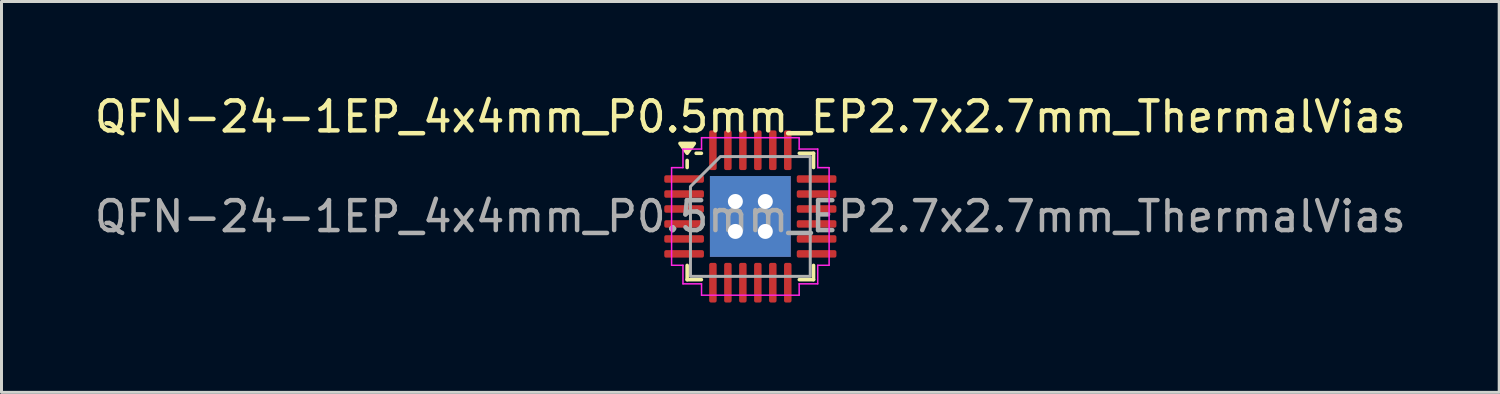
<source format=kicad_pcb>
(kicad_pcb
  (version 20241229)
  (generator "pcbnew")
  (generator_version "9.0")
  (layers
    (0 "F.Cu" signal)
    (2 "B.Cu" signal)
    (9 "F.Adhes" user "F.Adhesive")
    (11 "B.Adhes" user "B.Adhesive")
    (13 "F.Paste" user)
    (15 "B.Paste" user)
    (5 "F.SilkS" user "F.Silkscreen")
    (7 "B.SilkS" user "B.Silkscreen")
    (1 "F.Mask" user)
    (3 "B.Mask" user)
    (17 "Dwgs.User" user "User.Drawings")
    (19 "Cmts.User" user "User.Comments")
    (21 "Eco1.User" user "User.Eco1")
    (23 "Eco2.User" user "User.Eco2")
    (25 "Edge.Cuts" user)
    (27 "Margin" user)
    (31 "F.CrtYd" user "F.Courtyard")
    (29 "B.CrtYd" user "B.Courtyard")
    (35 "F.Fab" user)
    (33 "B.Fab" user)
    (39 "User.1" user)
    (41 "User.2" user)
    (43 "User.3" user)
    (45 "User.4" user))
  (footprint "QFN-24-1EP_4x4mm_P0.5mm_EP2.7x2.7mm_ThermalVias"
    (layer "F.Cu")
    (at 22.006 4.178)
    (property "Reference" "QFN-24-1EP_4x4mm_P0.5mm_EP2.7x2.7mm_ThermalVias" (at 0 -3.33 0) (layer "F.SilkS") (effects (font (size 1 1) (thickness 0.15))))
    (attr smd)
    (fp_line (start -2.11 -1.635) (end -2.11 -1.87) (stroke (width 0.12) (type solid)) (layer "F.SilkS"))
    (fp_line (start -2.11 2.11) (end -2.11 1.635) (stroke (width 0.12) (type solid)) (layer "F.SilkS"))
    (fp_line (start -1.635 -2.11) (end -1.81 -2.11) (stroke (width 0.12) (type solid)) (layer "F.SilkS"))
    (fp_line (start -1.635 2.11) (end -2.11 2.11) (stroke (width 0.12) (type solid)) (layer "F.SilkS"))
    (fp_line (start 1.635 -2.11) (end 2.11 -2.11) (stroke (width 0.12) (type solid)) (layer "F.SilkS"))
    (fp_line (start 1.635 2.11) (end 2.11 2.11) (stroke (width 0.12) (type solid)) (layer "F.SilkS"))
    (fp_line (start 2.11 -2.11) (end 2.11 -1.635) (stroke (width 0.12) (type solid)) (layer "F.SilkS"))
    (fp_line (start 2.11 2.11) (end 2.11 1.635) (stroke (width 0.12) (type solid)) (layer "F.SilkS"))
    (fp_poly (pts (xy -2.11 -2.11) (xy -2.35 -2.44) (xy -1.87 -2.44)) (stroke (width 0.12) (type solid)) (fill yes) (layer "F.SilkS"))
    (fp_line (start -2.63 -1.63) (end -2.25 -1.63) (stroke (width 0.05) (type solid)) (layer "F.CrtYd"))
    (fp_line (start -2.63 1.63) (end -2.63 -1.63) (stroke (width 0.05) (type solid)) (layer "F.CrtYd"))
    (fp_line (start -2.25 -2.25) (end -1.63 -2.25) (stroke (width 0.05) (type solid)) (layer "F.CrtYd"))
    (fp_line (start -2.25 -1.63) (end -2.25 -2.25) (stroke (width 0.05) (type solid)) (layer "F.CrtYd"))
    (fp_line (start -2.25 1.63) (end -2.63 1.63) (stroke (width 0.05) (type solid)) (layer "F.CrtYd"))
    (fp_line (start -2.25 2.25) (end -2.25 1.63) (stroke (width 0.05) (type solid)) (layer "F.CrtYd"))
    (fp_line (start -1.63 -2.63) (end 1.63 -2.63) (stroke (width 0.05) (type solid)) (layer "F.CrtYd"))
    (fp_line (start -1.63 -2.25) (end -1.63 -2.63) (stroke (width 0.05) (type solid)) (layer "F.CrtYd"))
    (fp_line (start -1.63 2.25) (end -2.25 2.25) (stroke (width 0.05) (type solid)) (layer "F.CrtYd"))
    (fp_line (start -1.63 2.63) (end -1.63 2.25) (stroke (width 0.05) (type solid)) (layer "F.CrtYd"))
    (fp_line (start 1.63 -2.63) (end 1.63 -2.25) (stroke (width 0.05) (type solid)) (layer "F.CrtYd"))
    (fp_line (start 1.63 -2.25) (end 2.25 -2.25) (stroke (width 0.05) (type solid)) (layer "F.CrtYd"))
    (fp_line (start 1.63 2.25) (end 1.63 2.63) (stroke (width 0.05) (type solid)) (layer "F.CrtYd"))
    (fp_line (start 1.63 2.63) (end -1.63 2.63) (stroke (width 0.05) (type solid)) (layer "F.CrtYd"))
    (fp_line (start 2.25 -2.25) (end 2.25 -1.63) (stroke (width 0.05) (type solid)) (layer "F.CrtYd"))
    (fp_line (start 2.25 -1.63) (end 2.63 -1.63) (stroke (width 0.05) (type solid)) (layer "F.CrtYd"))
    (fp_line (start 2.25 1.63) (end 2.25 2.25) (stroke (width 0.05) (type solid)) (layer "F.CrtYd"))
    (fp_line (start 2.25 2.25) (end 1.63 2.25) (stroke (width 0.05) (type solid)) (layer "F.CrtYd"))
    (fp_line (start 2.63 -1.63) (end 2.63 1.63) (stroke (width 0.05) (type solid)) (layer "F.CrtYd"))
    (fp_line (start 2.63 1.63) (end 2.25 1.63) (stroke (width 0.05) (type solid)) (layer "F.CrtYd"))
    (fp_poly (pts (xy -2 -1) (xy -2 2) (xy 2 2) (xy 2 -2) (xy -1 -2)) (stroke (width 0.1) (type solid)) (fill no) (layer "F.Fab"))
    (fp_text user "${REFERENCE}" (at 0 0 0) (layer "F.Fab") (effects (font (size 1 1) (thickness 0.15))))
    (pad "" smd roundrect (at -0.675 -0.675) (size 1.17 1.17) (layers "F.Paste") (roundrect_rratio 0.214))
    (pad "" smd roundrect (at -0.675 0.675) (size 1.17 1.17) (layers "F.Paste") (roundrect_rratio 0.214))
    (pad "" smd roundrect (at 0.675 -0.675) (size 1.17 1.17) (layers "F.Paste") (roundrect_rratio 0.214))
    (pad "" smd roundrect (at 0.675 0.675) (size 1.17 1.17) (layers "F.Paste") (roundrect_rratio 0.214))
    (pad "1" smd roundrect (at -2.212 -1.25) (size 1.325 0.25) (layers "F.Cu" "F.Mask" "F.Paste") (roundrect_rratio 0.25))
    (pad "2" smd roundrect (at -2.212 -0.75) (size 1.325 0.25) (layers "F.Cu" "F.Mask" "F.Paste") (roundrect_rratio 0.25))
    (pad "3" smd roundrect (at -2.212 -0.25) (size 1.325 0.25) (layers "F.Cu" "F.Mask" "F.Paste") (roundrect_rratio 0.25))
    (pad "4" smd roundrect (at -2.212 0.25) (size 1.325 0.25) (layers "F.Cu" "F.Mask" "F.Paste") (roundrect_rratio 0.25))
    (pad "5" smd roundrect (at -2.212 0.75) (size 1.325 0.25) (layers "F.Cu" "F.Mask" "F.Paste") (roundrect_rratio 0.25))
    (pad "6" smd roundrect (at -2.212 1.25) (size 1.325 0.25) (layers "F.Cu" "F.Mask" "F.Paste") (roundrect_rratio 0.25))
    (pad "7" smd roundrect (at -1.25 2.212) (size 0.25 1.325) (layers "F.Cu" "F.Mask" "F.Paste") (roundrect_rratio 0.25))
    (pad "8" smd roundrect (at -0.75 2.212) (size 0.25 1.325) (layers "F.Cu" "F.Mask" "F.Paste") (roundrect_rratio 0.25))
    (pad "9" smd roundrect (at -0.25 2.212) (size 0.25 1.325) (layers "F.Cu" "F.Mask" "F.Paste") (roundrect_rratio 0.25))
    (pad "10" smd roundrect (at 0.25 2.212) (size 0.25 1.325) (layers "F.Cu" "F.Mask" "F.Paste") (roundrect_rratio 0.25))
    (pad "11" smd roundrect (at 0.75 2.212) (size 0.25 1.325) (layers "F.Cu" "F.Mask" "F.Paste") (roundrect_rratio 0.25))
    (pad "12" smd roundrect (at 1.25 2.212) (size 0.25 1.325) (layers "F.Cu" "F.Mask" "F.Paste") (roundrect_rratio 0.25))
    (pad "13" smd roundrect (at 2.212 1.25) (size 1.325 0.25) (layers "F.Cu" "F.Mask" "F.Paste") (roundrect_rratio 0.25))
    (pad "14" smd roundrect (at 2.212 0.75) (size 1.325 0.25) (layers "F.Cu" "F.Mask" "F.Paste") (roundrect_rratio 0.25))
    (pad "15" smd roundrect (at 2.212 0.25) (size 1.325 0.25) (layers "F.Cu" "F.Mask" "F.Paste") (roundrect_rratio 0.25))
    (pad "16" smd roundrect (at 2.212 -0.25) (size 1.325 0.25) (layers "F.Cu" "F.Mask" "F.Paste") (roundrect_rratio 0.25))
    (pad "17" smd roundrect (at 2.212 -0.75) (size 1.325 0.25) (layers "F.Cu" "F.Mask" "F.Paste") (roundrect_rratio 0.25))
    (pad "18" smd roundrect (at 2.212 -1.25) (size 1.325 0.25) (layers "F.Cu" "F.Mask" "F.Paste") (roundrect_rratio 0.25))
    (pad "19" smd roundrect (at 1.25 -2.212) (size 0.25 1.325) (layers "F.Cu" "F.Mask" "F.Paste") (roundrect_rratio 0.25))
    (pad "20" smd roundrect (at 0.75 -2.212) (size 0.25 1.325) (layers "F.Cu" "F.Mask" "F.Paste") (roundrect_rratio 0.25))
    (pad "21" smd roundrect (at 0.25 -2.212) (size 0.25 1.325) (layers "F.Cu" "F.Mask" "F.Paste") (roundrect_rratio 0.25))
    (pad "22" smd roundrect (at -0.25 -2.212) (size 0.25 1.325) (layers "F.Cu" "F.Mask" "F.Paste") (roundrect_rratio 0.25))
    (pad "23" smd roundrect (at -0.75 -2.212) (size 0.25 1.325) (layers "F.Cu" "F.Mask" "F.Paste") (roundrect_rratio 0.25))
    (pad "24" smd roundrect (at -1.25 -2.212) (size 0.25 1.325) (layers "F.Cu" "F.Mask" "F.Paste") (roundrect_rratio 0.25))
    (pad "25" thru_hole circle (at -0.5 -0.5) (size 0.8 0.8) (drill 0.5) (property pad_prop_heatsink) (layers "*.Cu"))
    (pad "25" thru_hole circle (at -0.5 0.5) (size 0.8 0.8) (drill 0.5) (property pad_prop_heatsink) (layers "*.Cu"))
    (pad "25" smd rect (at 0 0) (size 2.7 2.7) (property pad_prop_heatsink) (layers "F.Cu" "F.Mask"))
    (pad "25" smd rect (at 0 0) (size 2.7 2.7) (property pad_prop_heatsink) (layers "B.Cu"))
    (pad "25" thru_hole circle (at 0.5 -0.5) (size 0.8 0.8) (drill 0.5) (property pad_prop_heatsink) (layers "*.Cu"))
    (pad "25" thru_hole circle (at 0.5 0.5) (size 0.8 0.8) (drill 0.5) (property pad_prop_heatsink) (layers "*.Cu")))
  (gr_rect
    (start -3 -3)
    (end 47.012 10.053)
    (stroke (width 0.1) (type default))
    (fill no)
    (layer "Edge.Cuts")))
</source>
